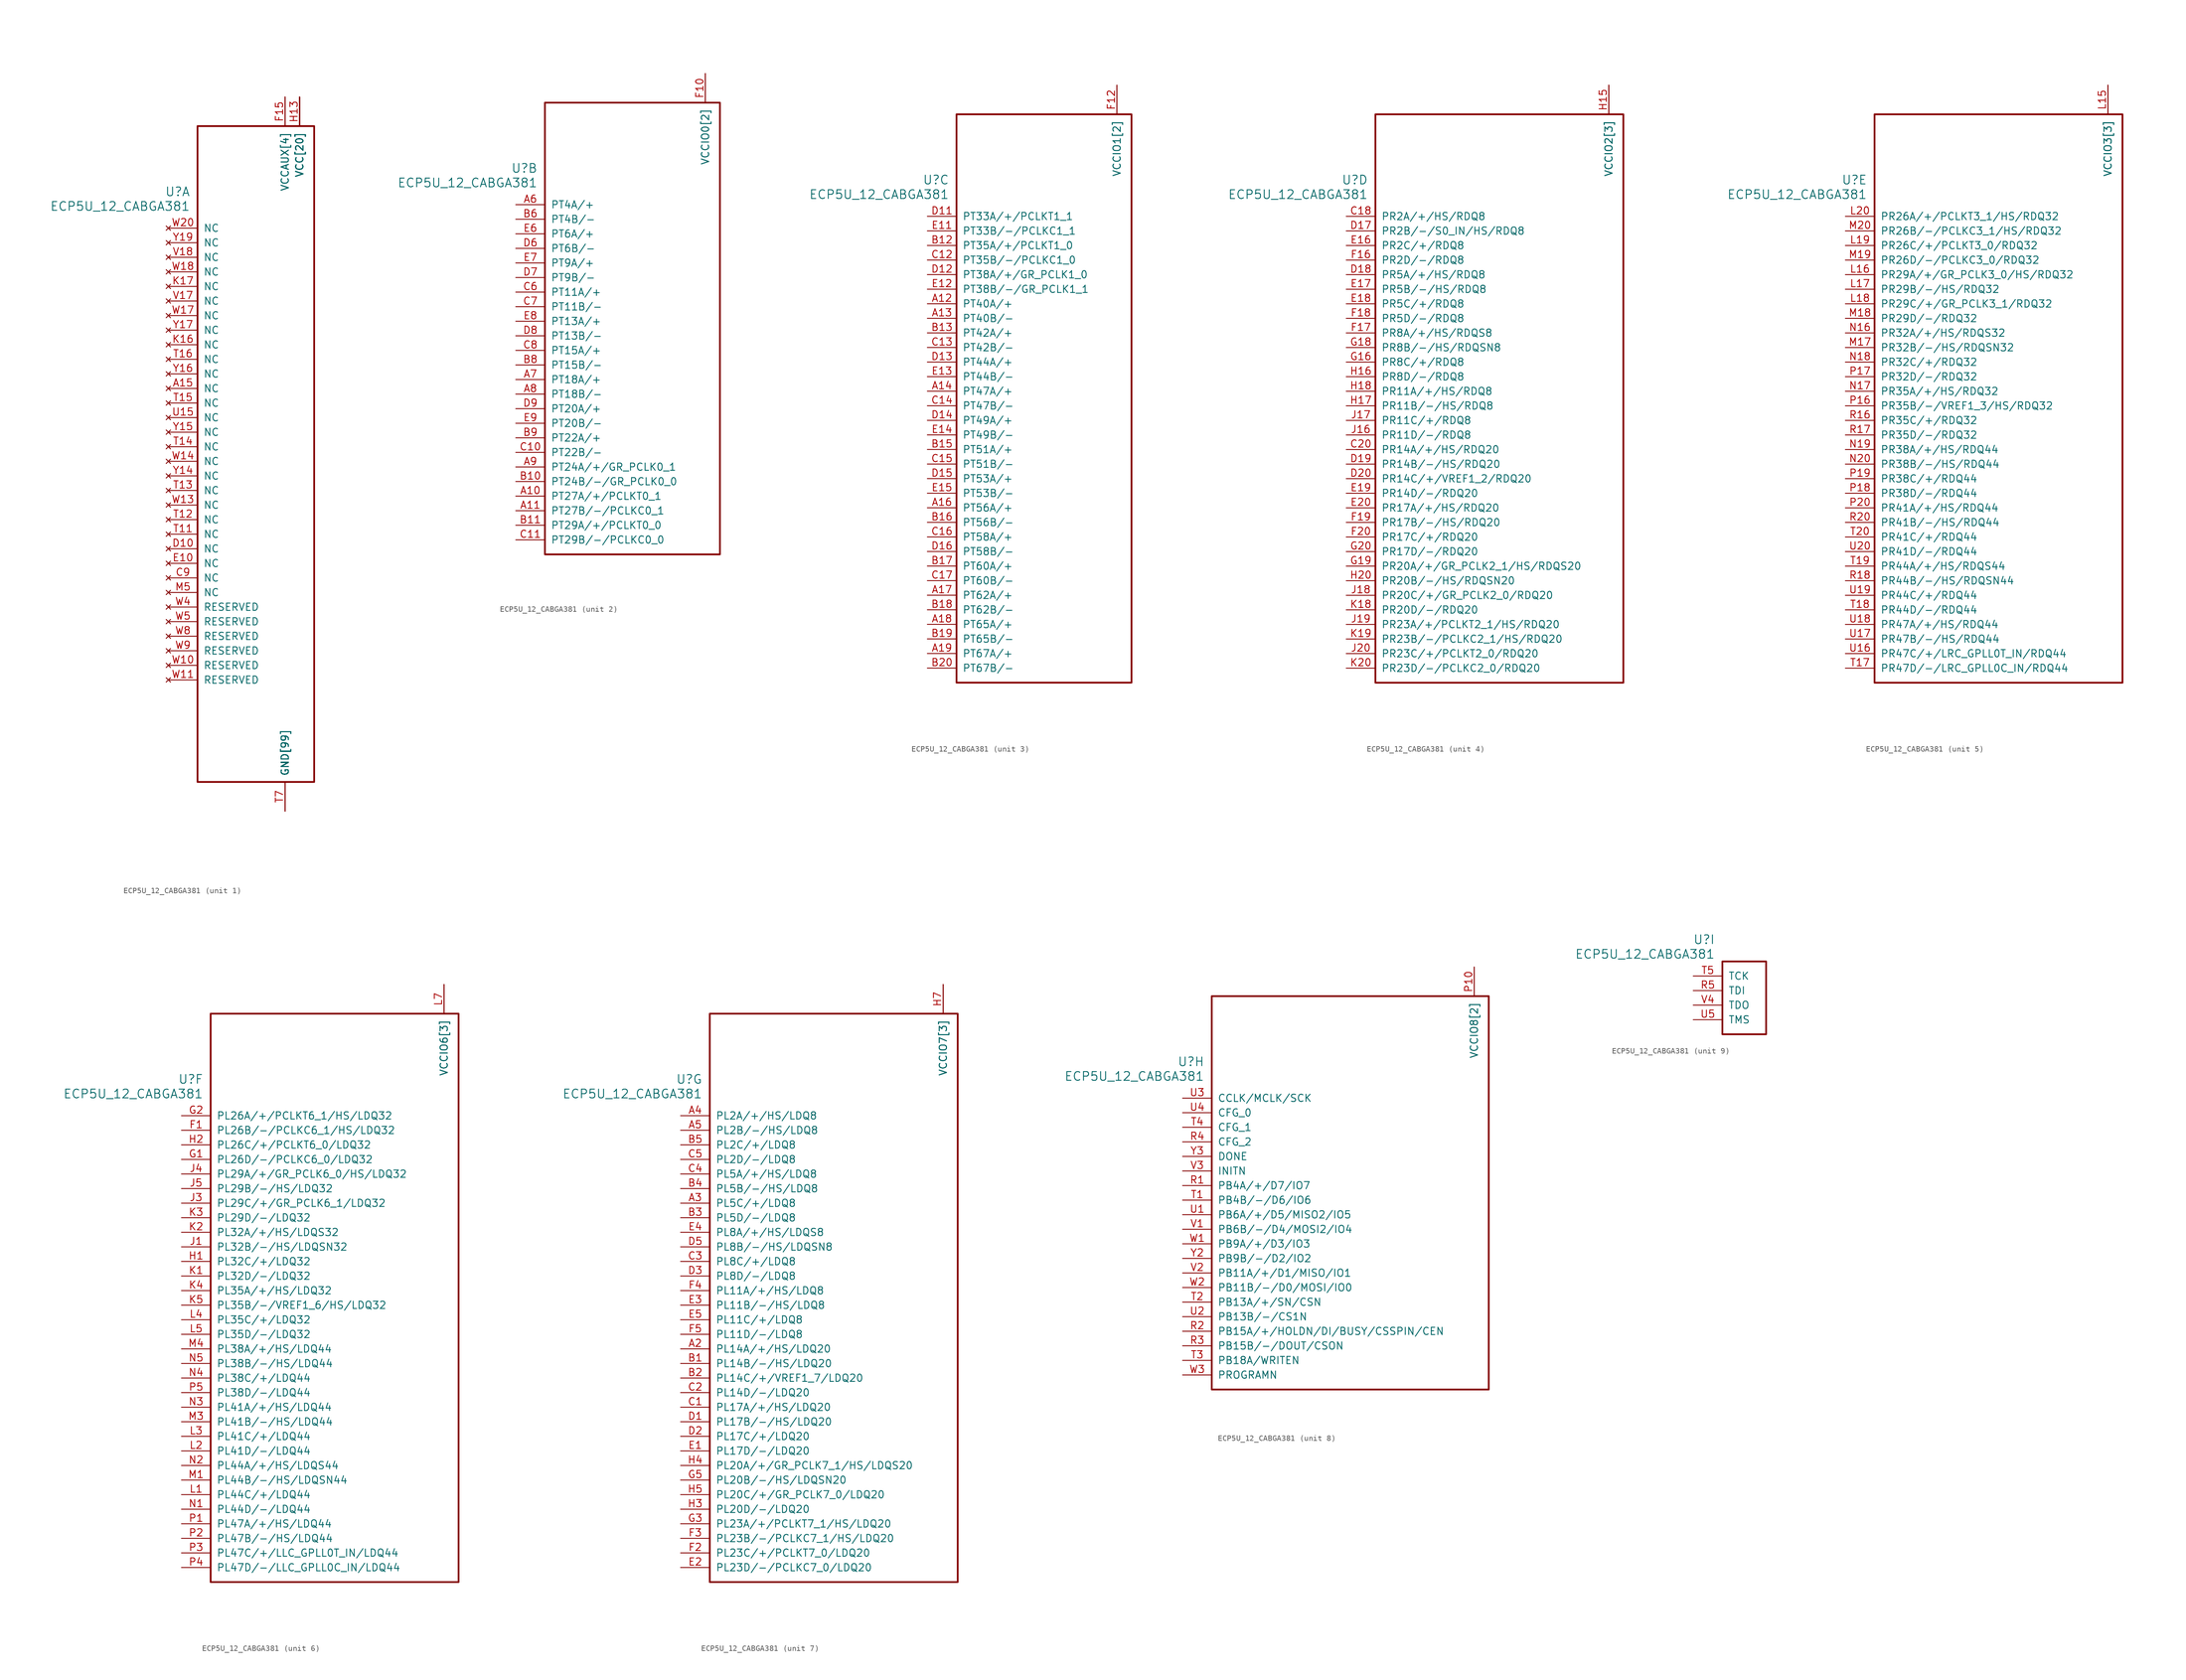
<source format=kicad_sym>
(kicad_symbol_lib
  (version 20241209)
  (generator "kicad_symbol_editor")
  (generator_version "9.0")
  (symbol "ECP5U_12_CABGA381"
    (pin_names
      (offset 1.016))
    (property "Reference" "U"
      (at 3.81 6.35 0)
      (effects (font (size 1.524 1.524)) (justify right)))
    (property "Value" "ECP5U_12_CABGA381"
      (at 3.81 3.81 0)
      (effects (font (size 1.524 1.524)) (justify right)))
    (property "ki_locked" ""
      (at 0 0 0)
      (effects (font (size 1.27 1.27))))
    (symbol "ECP5U_12_CABGA381_1_1"
      (rectangle (start 5.08 17.78) (end 25.4 -96.52) (stroke (width 0.305) (type solid)) (fill (type none)))
      (pin no_connect line (at 0 0 0) (length 5.08) (name "NC" (effects (font (size 1.27 1.27)))) (number "W20" (effects (font (size 1.27 1.27)))))
      (pin no_connect line (at 0 -2.54 0) (length 5.08) (name "NC" (effects (font (size 1.27 1.27)))) (number "Y19" (effects (font (size 1.27 1.27)))))
      (pin no_connect line (at 0 -5.08 0) (length 5.08) (name "NC" (effects (font (size 1.27 1.27)))) (number "V18" (effects (font (size 1.27 1.27)))))
      (pin no_connect line (at 0 -7.62 0) (length 5.08) (name "NC" (effects (font (size 1.27 1.27)))) (number "W18" (effects (font (size 1.27 1.27)))))
      (pin no_connect line (at 0 -10.16 0) (length 5.08) (name "NC" (effects (font (size 1.27 1.27)))) (number "K17" (effects (font (size 1.27 1.27)))))
      (pin no_connect line (at 0 -12.7 0) (length 5.08) (name "NC" (effects (font (size 1.27 1.27)))) (number "V17" (effects (font (size 1.27 1.27)))))
      (pin no_connect line (at 0 -15.24 0) (length 5.08) (name "NC" (effects (font (size 1.27 1.27)))) (number "W17" (effects (font (size 1.27 1.27)))))
      (pin no_connect line (at 0 -17.78 0) (length 5.08) (name "NC" (effects (font (size 1.27 1.27)))) (number "Y17" (effects (font (size 1.27 1.27)))))
      (pin no_connect line (at 0 -20.32 0) (length 5.08) (name "NC" (effects (font (size 1.27 1.27)))) (number "K16" (effects (font (size 1.27 1.27)))))
      (pin no_connect line (at 0 -22.86 0) (length 5.08) (name "NC" (effects (font (size 1.27 1.27)))) (number "T16" (effects (font (size 1.27 1.27)))))
      (pin no_connect line (at 0 -25.4 0) (length 5.08) (name "NC" (effects (font (size 1.27 1.27)))) (number "Y16" (effects (font (size 1.27 1.27)))))
      (pin no_connect line (at 0 -27.94 0) (length 5.08) (name "NC" (effects (font (size 1.27 1.27)))) (number "A15" (effects (font (size 1.27 1.27)))))
      (pin no_connect line (at 0 -30.48 0) (length 5.08) (name "NC" (effects (font (size 1.27 1.27)))) (number "T15" (effects (font (size 1.27 1.27)))))
      (pin no_connect line (at 0 -33.02 0) (length 5.08) (name "NC" (effects (font (size 1.27 1.27)))) (number "U15" (effects (font (size 1.27 1.27)))))
      (pin no_connect line (at 0 -35.56 0) (length 5.08) (name "NC" (effects (font (size 1.27 1.27)))) (number "Y15" (effects (font (size 1.27 1.27)))))
      (pin no_connect line (at 0 -38.1 0) (length 5.08) (name "NC" (effects (font (size 1.27 1.27)))) (number "T14" (effects (font (size 1.27 1.27)))))
      (pin no_connect line (at 0 -40.64 0) (length 5.08) (name "NC" (effects (font (size 1.27 1.27)))) (number "W14" (effects (font (size 1.27 1.27)))))
      (pin no_connect line (at 0 -43.18 0) (length 5.08) (name "NC" (effects (font (size 1.27 1.27)))) (number "Y14" (effects (font (size 1.27 1.27)))))
      (pin no_connect line (at 0 -45.72 0) (length 5.08) (name "NC" (effects (font (size 1.27 1.27)))) (number "T13" (effects (font (size 1.27 1.27)))))
      (pin no_connect line (at 0 -48.26 0) (length 5.08) (name "NC" (effects (font (size 1.27 1.27)))) (number "W13" (effects (font (size 1.27 1.27)))))
      (pin no_connect line (at 0 -50.8 0) (length 5.08) (name "NC" (effects (font (size 1.27 1.27)))) (number "T12" (effects (font (size 1.27 1.27)))))
      (pin no_connect line (at 0 -53.34 0) (length 5.08) (name "NC" (effects (font (size 1.27 1.27)))) (number "T11" (effects (font (size 1.27 1.27)))))
      (pin no_connect line (at 0 -55.88 0) (length 5.08) (name "NC" (effects (font (size 1.27 1.27)))) (number "D10" (effects (font (size 1.27 1.27)))))
      (pin no_connect line (at 0 -58.42 0) (length 5.08) (name "NC" (effects (font (size 1.27 1.27)))) (number "E10" (effects (font (size 1.27 1.27)))))
      (pin no_connect line (at 0 -60.96 0) (length 5.08) (name "NC" (effects (font (size 1.27 1.27)))) (number "C9" (effects (font (size 1.27 1.27)))))
      (pin no_connect line (at 0 -63.5 0) (length 5.08) (name "NC" (effects (font (size 1.27 1.27)))) (number "M5" (effects (font (size 1.27 1.27)))))
      (pin no_connect line (at 0 -66.04 0) (length 5.08) (name "RESERVED" (effects (font (size 1.27 1.27)))) (number "W4" (effects (font (size 1.27 1.27)))))
      (pin no_connect line (at 0 -68.58 0) (length 5.08) (name "RESERVED" (effects (font (size 1.27 1.27)))) (number "W5" (effects (font (size 1.27 1.27)))))
      (pin no_connect line (at 0 -71.12 0) (length 5.08) (name "RESERVED" (effects (font (size 1.27 1.27)))) (number "W8" (effects (font (size 1.27 1.27)))))
      (pin no_connect line (at 0 -73.66 0) (length 5.08) (name "RESERVED" (effects (font (size 1.27 1.27)))) (number "W9" (effects (font (size 1.27 1.27)))))
      (pin no_connect line (at 0 -76.2 0) (length 5.08) (name "RESERVED" (effects (font (size 1.27 1.27)))) (number "W10" (effects (font (size 1.27 1.27)))))
      (pin no_connect line (at 0 -78.74 0) (length 5.08) (name "RESERVED" (effects (font (size 1.27 1.27)))) (number "W11" (effects (font (size 1.27 1.27)))))
      (pin power_in line (at 20.32 22.86 270) (length 5.08) (name "VCCAUX[4]" (effects (font (size 1.27 1.27)))) (number "F15" (effects (font (size 1.27 1.27)))))
      (pin power_in line (at 20.32 22.86 270) (length 5.08) (name "VCCAUX[4]" (effects (font (size 1.27 1.27)))) (number "F6" (effects (font (size 0 0)))))
      (pin power_in line (at 20.32 22.86 270) (length 5.08) (name "VCCAUX[4]" (effects (font (size 1.27 1.27)))) (number "P15" (effects (font (size 0 0)))))
      (pin power_in line (at 20.32 22.86 270) (length 5.08) (name "VCCAUX[4]" (effects (font (size 1.27 1.27)))) (number "P6" (effects (font (size 0 0)))))
      (pin power_in line (at 20.32 -101.6 90) (length 5.08) (name "GND[99]" (effects (font (size 1.27 1.27)))) (number "B14" (effects (font (size 0 0)))))
      (pin power_in line (at 20.32 -101.6 90) (length 5.08) (name "GND[99]" (effects (font (size 1.27 1.27)))) (number "B7" (effects (font (size 0 0)))))
      (pin power_in line (at 20.32 -101.6 90) (length 5.08) (name "GND[99]" (effects (font (size 1.27 1.27)))) (number "C19" (effects (font (size 0 0)))))
      (pin power_in line (at 20.32 -101.6 90) (length 5.08) (name "GND[99]" (effects (font (size 1.27 1.27)))) (number "D4" (effects (font (size 0 0)))))
      (pin power_in line (at 20.32 -101.6 90) (length 5.08) (name "GND[99]" (effects (font (size 1.27 1.27)))) (number "F13" (effects (font (size 0 0)))))
      (pin power_in line (at 20.32 -101.6 90) (length 5.08) (name "GND[99]" (effects (font (size 1.27 1.27)))) (number "F14" (effects (font (size 0 0)))))
      (pin power_in line (at 20.32 -101.6 90) (length 5.08) (name "GND[99]" (effects (font (size 1.27 1.27)))) (number "F7" (effects (font (size 0 0)))))
      (pin power_in line (at 20.32 -101.6 90) (length 5.08) (name "GND[99]" (effects (font (size 1.27 1.27)))) (number "F8" (effects (font (size 0 0)))))
      (pin power_in line (at 20.32 -101.6 90) (length 5.08) (name "GND[99]" (effects (font (size 1.27 1.27)))) (number "G10" (effects (font (size 0 0)))))
      (pin power_in line (at 20.32 -101.6 90) (length 5.08) (name "GND[99]" (effects (font (size 1.27 1.27)))) (number "G11" (effects (font (size 0 0)))))
      (pin power_in line (at 20.32 -101.6 90) (length 5.08) (name "GND[99]" (effects (font (size 1.27 1.27)))) (number "G12" (effects (font (size 0 0)))))
      (pin power_in line (at 20.32 -101.6 90) (length 5.08) (name "GND[99]" (effects (font (size 1.27 1.27)))) (number "G13" (effects (font (size 0 0)))))
      (pin power_in line (at 20.32 -101.6 90) (length 5.08) (name "GND[99]" (effects (font (size 1.27 1.27)))) (number "G14" (effects (font (size 0 0)))))
      (pin power_in line (at 20.32 -101.6 90) (length 5.08) (name "GND[99]" (effects (font (size 1.27 1.27)))) (number "G15" (effects (font (size 0 0)))))
      (pin power_in line (at 20.32 -101.6 90) (length 5.08) (name "GND[99]" (effects (font (size 1.27 1.27)))) (number "G17" (effects (font (size 0 0)))))
      (pin power_in line (at 20.32 -101.6 90) (length 5.08) (name "GND[99]" (effects (font (size 1.27 1.27)))) (number "G4" (effects (font (size 0 0)))))
      (pin power_in line (at 20.32 -101.6 90) (length 5.08) (name "GND[99]" (effects (font (size 1.27 1.27)))) (number "G6" (effects (font (size 0 0)))))
      (pin power_in line (at 20.32 -101.6 90) (length 5.08) (name "GND[99]" (effects (font (size 1.27 1.27)))) (number "G7" (effects (font (size 0 0)))))
      (pin power_in line (at 20.32 -101.6 90) (length 5.08) (name "GND[99]" (effects (font (size 1.27 1.27)))) (number "G8" (effects (font (size 0 0)))))
      (pin power_in line (at 20.32 -101.6 90) (length 5.08) (name "GND[99]" (effects (font (size 1.27 1.27)))) (number "G9" (effects (font (size 0 0)))))
      (pin power_in line (at 20.32 -101.6 90) (length 5.08) (name "GND[99]" (effects (font (size 1.27 1.27)))) (number "H19" (effects (font (size 0 0)))))
      (pin power_in line (at 20.32 -101.6 90) (length 5.08) (name "GND[99]" (effects (font (size 1.27 1.27)))) (number "J10" (effects (font (size 0 0)))))
      (pin power_in line (at 20.32 -101.6 90) (length 5.08) (name "GND[99]" (effects (font (size 1.27 1.27)))) (number "J11" (effects (font (size 0 0)))))
      (pin power_in line (at 20.32 -101.6 90) (length 5.08) (name "GND[99]" (effects (font (size 1.27 1.27)))) (number "J12" (effects (font (size 0 0)))))
      (pin power_in line (at 20.32 -101.6 90) (length 5.08) (name "GND[99]" (effects (font (size 1.27 1.27)))) (number "J14" (effects (font (size 0 0)))))
      (pin power_in line (at 20.32 -101.6 90) (length 5.08) (name "GND[99]" (effects (font (size 1.27 1.27)))) (number "J2" (effects (font (size 0 0)))))
      (pin power_in line (at 20.32 -101.6 90) (length 5.08) (name "GND[99]" (effects (font (size 1.27 1.27)))) (number "J7" (effects (font (size 0 0)))))
      (pin power_in line (at 20.32 -101.6 90) (length 5.08) (name "GND[99]" (effects (font (size 1.27 1.27)))) (number "J9" (effects (font (size 0 0)))))
      (pin power_in line (at 20.32 -101.6 90) (length 5.08) (name "GND[99]" (effects (font (size 1.27 1.27)))) (number "K10" (effects (font (size 0 0)))))
      (pin power_in line (at 20.32 -101.6 90) (length 5.08) (name "GND[99]" (effects (font (size 1.27 1.27)))) (number "K11" (effects (font (size 0 0)))))
      (pin power_in line (at 20.32 -101.6 90) (length 5.08) (name "GND[99]" (effects (font (size 1.27 1.27)))) (number "K12" (effects (font (size 0 0)))))
      (pin power_in line (at 20.32 -101.6 90) (length 5.08) (name "GND[99]" (effects (font (size 1.27 1.27)))) (number "K14" (effects (font (size 0 0)))))
      (pin power_in line (at 20.32 -101.6 90) (length 5.08) (name "GND[99]" (effects (font (size 1.27 1.27)))) (number "K15" (effects (font (size 0 0)))))
      (pin power_in line (at 20.32 -101.6 90) (length 5.08) (name "GND[99]" (effects (font (size 1.27 1.27)))) (number "K6" (effects (font (size 0 0)))))
      (pin power_in line (at 20.32 -101.6 90) (length 5.08) (name "GND[99]" (effects (font (size 1.27 1.27)))) (number "K7" (effects (font (size 0 0)))))
      (pin power_in line (at 20.32 -101.6 90) (length 5.08) (name "GND[99]" (effects (font (size 1.27 1.27)))) (number "K9" (effects (font (size 0 0)))))
      (pin power_in line (at 20.32 -101.6 90) (length 5.08) (name "GND[99]" (effects (font (size 1.27 1.27)))) (number "L10" (effects (font (size 0 0)))))
      (pin power_in line (at 20.32 -101.6 90) (length 5.08) (name "GND[99]" (effects (font (size 1.27 1.27)))) (number "L11" (effects (font (size 0 0)))))
      (pin power_in line (at 20.32 -101.6 90) (length 5.08) (name "GND[99]" (effects (font (size 1.27 1.27)))) (number "L12" (effects (font (size 0 0)))))
      (pin power_in line (at 20.32 -101.6 90) (length 5.08) (name "GND[99]" (effects (font (size 1.27 1.27)))) (number "L9" (effects (font (size 0 0)))))
      (pin power_in line (at 20.32 -101.6 90) (length 5.08) (name "GND[99]" (effects (font (size 1.27 1.27)))) (number "M10" (effects (font (size 0 0)))))
      (pin power_in line (at 20.32 -101.6 90) (length 5.08) (name "GND[99]" (effects (font (size 1.27 1.27)))) (number "M11" (effects (font (size 0 0)))))
      (pin power_in line (at 20.32 -101.6 90) (length 5.08) (name "GND[99]" (effects (font (size 1.27 1.27)))) (number "M12" (effects (font (size 0 0)))))
      (pin power_in line (at 20.32 -101.6 90) (length 5.08) (name "GND[99]" (effects (font (size 1.27 1.27)))) (number "M14" (effects (font (size 0 0)))))
      (pin power_in line (at 20.32 -101.6 90) (length 5.08) (name "GND[99]" (effects (font (size 1.27 1.27)))) (number "M16" (effects (font (size 0 0)))))
      (pin power_in line (at 20.32 -101.6 90) (length 5.08) (name "GND[99]" (effects (font (size 1.27 1.27)))) (number "M2" (effects (font (size 0 0)))))
      (pin power_in line (at 20.32 -101.6 90) (length 5.08) (name "GND[99]" (effects (font (size 1.27 1.27)))) (number "M7" (effects (font (size 0 0)))))
      (pin power_in line (at 20.32 -101.6 90) (length 5.08) (name "GND[99]" (effects (font (size 1.27 1.27)))) (number "M9" (effects (font (size 0 0)))))
      (pin power_in line (at 20.32 -101.6 90) (length 5.08) (name "GND[99]" (effects (font (size 1.27 1.27)))) (number "N14" (effects (font (size 0 0)))))
      (pin power_in line (at 20.32 -101.6 90) (length 5.08) (name "GND[99]" (effects (font (size 1.27 1.27)))) (number "N15" (effects (font (size 0 0)))))
      (pin power_in line (at 20.32 -101.6 90) (length 5.08) (name "GND[99]" (effects (font (size 1.27 1.27)))) (number "N6" (effects (font (size 0 0)))))
      (pin power_in line (at 20.32 -101.6 90) (length 5.08) (name "GND[99]" (effects (font (size 1.27 1.27)))) (number "N7" (effects (font (size 0 0)))))
      (pin power_in line (at 20.32 -101.6 90) (length 5.08) (name "GND[99]" (effects (font (size 1.27 1.27)))) (number "P11" (effects (font (size 0 0)))))
      (pin power_in line (at 20.32 -101.6 90) (length 5.08) (name "GND[99]" (effects (font (size 1.27 1.27)))) (number "P12" (effects (font (size 0 0)))))
      (pin power_in line (at 20.32 -101.6 90) (length 5.08) (name "GND[99]" (effects (font (size 1.27 1.27)))) (number "P13" (effects (font (size 0 0)))))
      (pin power_in line (at 20.32 -101.6 90) (length 5.08) (name "GND[99]" (effects (font (size 1.27 1.27)))) (number "P14" (effects (font (size 0 0)))))
      (pin power_in line (at 20.32 -101.6 90) (length 5.08) (name "GND[99]" (effects (font (size 1.27 1.27)))) (number "P7" (effects (font (size 0 0)))))
      (pin power_in line (at 20.32 -101.6 90) (length 5.08) (name "GND[99]" (effects (font (size 1.27 1.27)))) (number "P8" (effects (font (size 0 0)))))
      (pin power_in line (at 20.32 -101.6 90) (length 5.08) (name "GND[99]" (effects (font (size 1.27 1.27)))) (number "R19" (effects (font (size 0 0)))))
      (pin power_in line (at 20.32 -101.6 90) (length 5.08) (name "GND[99]" (effects (font (size 1.27 1.27)))) (number "T10" (effects (font (size 0 0)))))
      (pin power_in line (at 20.32 -101.6 90) (length 5.08) (name "GND[99]" (effects (font (size 1.27 1.27)))) (number "T6" (effects (font (size 0 0)))))
      (pin power_in line (at 20.32 -101.6 90) (length 5.08) (name "GND[99]" (effects (font (size 1.27 1.27)))) (number "T7" (effects (font (size 1.27 1.27)))))
      (pin power_in line (at 20.32 -101.6 90) (length 5.08) (name "GND[99]" (effects (font (size 1.27 1.27)))) (number "T8" (effects (font (size 0 0)))))
      (pin power_in line (at 20.32 -101.6 90) (length 5.08) (name "GND[99]" (effects (font (size 1.27 1.27)))) (number "T9" (effects (font (size 0 0)))))
      (pin power_in line (at 20.32 -101.6 90) (length 5.08) (name "GND[99]" (effects (font (size 1.27 1.27)))) (number "U10" (effects (font (size 0 0)))))
      (pin power_in line (at 20.32 -101.6 90) (length 5.08) (name "GND[99]" (effects (font (size 1.27 1.27)))) (number "U11" (effects (font (size 0 0)))))
      (pin power_in line (at 20.32 -101.6 90) (length 5.08) (name "GND[99]" (effects (font (size 1.27 1.27)))) (number "U12" (effects (font (size 0 0)))))
      (pin power_in line (at 20.32 -101.6 90) (length 5.08) (name "GND[99]" (effects (font (size 1.27 1.27)))) (number "U13" (effects (font (size 0 0)))))
      (pin power_in line (at 20.32 -101.6 90) (length 5.08) (name "GND[99]" (effects (font (size 1.27 1.27)))) (number "U14" (effects (font (size 0 0)))))
      (pin power_in line (at 20.32 -101.6 90) (length 5.08) (name "GND[99]" (effects (font (size 1.27 1.27)))) (number "U6" (effects (font (size 0 0)))))
      (pin power_in line (at 20.32 -101.6 90) (length 5.08) (name "GND[99]" (effects (font (size 1.27 1.27)))) (number "U7" (effects (font (size 0 0)))))
      (pin power_in line (at 20.32 -101.6 90) (length 5.08) (name "GND[99]" (effects (font (size 1.27 1.27)))) (number "U8" (effects (font (size 0 0)))))
      (pin power_in line (at 20.32 -101.6 90) (length 5.08) (name "GND[99]" (effects (font (size 1.27 1.27)))) (number "U9" (effects (font (size 0 0)))))
      (pin power_in line (at 20.32 -101.6 90) (length 5.08) (name "GND[99]" (effects (font (size 1.27 1.27)))) (number "V10" (effects (font (size 0 0)))))
      (pin power_in line (at 20.32 -101.6 90) (length 5.08) (name "GND[99]" (effects (font (size 1.27 1.27)))) (number "V11" (effects (font (size 0 0)))))
      (pin power_in line (at 20.32 -101.6 90) (length 5.08) (name "GND[99]" (effects (font (size 1.27 1.27)))) (number "V12" (effects (font (size 0 0)))))
      (pin power_in line (at 20.32 -101.6 90) (length 5.08) (name "GND[99]" (effects (font (size 1.27 1.27)))) (number "V13" (effects (font (size 0 0)))))
      (pin power_in line (at 20.32 -101.6 90) (length 5.08) (name "GND[99]" (effects (font (size 1.27 1.27)))) (number "V14" (effects (font (size 0 0)))))
      (pin power_in line (at 20.32 -101.6 90) (length 5.08) (name "GND[99]" (effects (font (size 1.27 1.27)))) (number "V15" (effects (font (size 0 0)))))
      (pin power_in line (at 20.32 -101.6 90) (length 5.08) (name "GND[99]" (effects (font (size 1.27 1.27)))) (number "V16" (effects (font (size 0 0)))))
      (pin power_in line (at 20.32 -101.6 90) (length 5.08) (name "GND[99]" (effects (font (size 1.27 1.27)))) (number "V19" (effects (font (size 0 0)))))
      (pin power_in line (at 20.32 -101.6 90) (length 5.08) (name "GND[99]" (effects (font (size 1.27 1.27)))) (number "V20" (effects (font (size 0 0)))))
      (pin power_in line (at 20.32 -101.6 90) (length 5.08) (name "GND[99]" (effects (font (size 1.27 1.27)))) (number "V5" (effects (font (size 0 0)))))
      (pin power_in line (at 20.32 -101.6 90) (length 5.08) (name "GND[99]" (effects (font (size 1.27 1.27)))) (number "V6" (effects (font (size 0 0)))))
      (pin power_in line (at 20.32 -101.6 90) (length 5.08) (name "GND[99]" (effects (font (size 1.27 1.27)))) (number "V7" (effects (font (size 0 0)))))
      (pin power_in line (at 20.32 -101.6 90) (length 5.08) (name "GND[99]" (effects (font (size 1.27 1.27)))) (number "V8" (effects (font (size 0 0)))))
      (pin power_in line (at 20.32 -101.6 90) (length 5.08) (name "GND[99]" (effects (font (size 1.27 1.27)))) (number "V9" (effects (font (size 0 0)))))
      (pin power_in line (at 20.32 -101.6 90) (length 5.08) (name "GND[99]" (effects (font (size 1.27 1.27)))) (number "W12" (effects (font (size 0 0)))))
      (pin power_in line (at 20.32 -101.6 90) (length 5.08) (name "GND[99]" (effects (font (size 1.27 1.27)))) (number "W15" (effects (font (size 0 0)))))
      (pin power_in line (at 20.32 -101.6 90) (length 5.08) (name "GND[99]" (effects (font (size 1.27 1.27)))) (number "W16" (effects (font (size 0 0)))))
      (pin power_in line (at 20.32 -101.6 90) (length 5.08) (name "GND[99]" (effects (font (size 1.27 1.27)))) (number "W19" (effects (font (size 0 0)))))
      (pin power_in line (at 20.32 -101.6 90) (length 5.08) (name "GND[99]" (effects (font (size 1.27 1.27)))) (number "W6" (effects (font (size 0 0)))))
      (pin power_in line (at 20.32 -101.6 90) (length 5.08) (name "GND[99]" (effects (font (size 1.27 1.27)))) (number "W7" (effects (font (size 0 0)))))
      (pin power_in line (at 20.32 -101.6 90) (length 5.08) (name "GND[99]" (effects (font (size 1.27 1.27)))) (number "Y11" (effects (font (size 0 0)))))
      (pin power_in line (at 20.32 -101.6 90) (length 5.08) (name "GND[99]" (effects (font (size 1.27 1.27)))) (number "Y12" (effects (font (size 0 0)))))
      (pin power_in line (at 20.32 -101.6 90) (length 5.08) (name "GND[99]" (effects (font (size 1.27 1.27)))) (number "Y5" (effects (font (size 0 0)))))
      (pin power_in line (at 20.32 -101.6 90) (length 5.08) (name "GND[99]" (effects (font (size 1.27 1.27)))) (number "Y6" (effects (font (size 0 0)))))
      (pin power_in line (at 20.32 -101.6 90) (length 5.08) (name "GND[99]" (effects (font (size 1.27 1.27)))) (number "Y7" (effects (font (size 0 0)))))
      (pin power_in line (at 20.32 -101.6 90) (length 5.08) (name "GND[99]" (effects (font (size 1.27 1.27)))) (number "Y8" (effects (font (size 0 0)))))
      (pin power_in line (at 22.86 22.86 270) (length 5.08) (name "VCC[20]" (effects (font (size 1.27 1.27)))) (number "H10" (effects (font (size 0 0)))))
      (pin power_in line (at 22.86 22.86 270) (length 5.08) (name "VCC[20]" (effects (font (size 1.27 1.27)))) (number "H11" (effects (font (size 0 0)))))
      (pin power_in line (at 22.86 22.86 270) (length 5.08) (name "VCC[20]" (effects (font (size 1.27 1.27)))) (number "H12" (effects (font (size 0 0)))))
      (pin power_in line (at 22.86 22.86 270) (length 5.08) (name "VCC[20]" (effects (font (size 1.27 1.27)))) (number "H13" (effects (font (size 1.27 1.27)))))
      (pin power_in line (at 22.86 22.86 270) (length 5.08) (name "VCC[20]" (effects (font (size 1.27 1.27)))) (number "H8" (effects (font (size 0 0)))))
      (pin power_in line (at 22.86 22.86 270) (length 5.08) (name "VCC[20]" (effects (font (size 1.27 1.27)))) (number "H9" (effects (font (size 0 0)))))
      (pin power_in line (at 22.86 22.86 270) (length 5.08) (name "VCC[20]" (effects (font (size 1.27 1.27)))) (number "J13" (effects (font (size 0 0)))))
      (pin power_in line (at 22.86 22.86 270) (length 5.08) (name "VCC[20]" (effects (font (size 1.27 1.27)))) (number "J8" (effects (font (size 0 0)))))
      (pin power_in line (at 22.86 22.86 270) (length 5.08) (name "VCC[20]" (effects (font (size 1.27 1.27)))) (number "K13" (effects (font (size 0 0)))))
      (pin power_in line (at 22.86 22.86 270) (length 5.08) (name "VCC[20]" (effects (font (size 1.27 1.27)))) (number "K8" (effects (font (size 0 0)))))
      (pin power_in line (at 22.86 22.86 270) (length 5.08) (name "VCC[20]" (effects (font (size 1.27 1.27)))) (number "L13" (effects (font (size 0 0)))))
      (pin power_in line (at 22.86 22.86 270) (length 5.08) (name "VCC[20]" (effects (font (size 1.27 1.27)))) (number "L8" (effects (font (size 0 0)))))
      (pin power_in line (at 22.86 22.86 270) (length 5.08) (name "VCC[20]" (effects (font (size 1.27 1.27)))) (number "M13" (effects (font (size 0 0)))))
      (pin power_in line (at 22.86 22.86 270) (length 5.08) (name "VCC[20]" (effects (font (size 1.27 1.27)))) (number "M8" (effects (font (size 0 0)))))
      (pin power_in line (at 22.86 22.86 270) (length 5.08) (name "VCC[20]" (effects (font (size 1.27 1.27)))) (number "N10" (effects (font (size 0 0)))))
      (pin power_in line (at 22.86 22.86 270) (length 5.08) (name "VCC[20]" (effects (font (size 1.27 1.27)))) (number "N11" (effects (font (size 0 0)))))
      (pin power_in line (at 22.86 22.86 270) (length 5.08) (name "VCC[20]" (effects (font (size 1.27 1.27)))) (number "N12" (effects (font (size 0 0)))))
      (pin power_in line (at 22.86 22.86 270) (length 5.08) (name "VCC[20]" (effects (font (size 1.27 1.27)))) (number "N13" (effects (font (size 0 0)))))
      (pin power_in line (at 22.86 22.86 270) (length 5.08) (name "VCC[20]" (effects (font (size 1.27 1.27)))) (number "N8" (effects (font (size 0 0)))))
      (pin power_in line (at 22.86 22.86 270) (length 5.08) (name "VCC[20]" (effects (font (size 1.27 1.27)))) (number "N9" (effects (font (size 0 0))))))
    (symbol "ECP5U_12_CABGA381_2_1"
      (rectangle (start 5.08 17.78) (end 35.56 -60.96) (stroke (width 0.305) (type solid)) (fill (type none)))
      (pin bidirectional line (at 0 0 0) (length 5.08) (name "PT4A/+" (effects (font (size 1.27 1.27)))) (number "A6" (effects (font (size 1.27 1.27)))))
      (pin bidirectional line (at 0 -2.54 0) (length 5.08) (name "PT4B/-" (effects (font (size 1.27 1.27)))) (number "B6" (effects (font (size 1.27 1.27)))))
      (pin bidirectional line (at 0 -5.08 0) (length 5.08) (name "PT6A/+" (effects (font (size 1.27 1.27)))) (number "E6" (effects (font (size 1.27 1.27)))))
      (pin bidirectional line (at 0 -7.62 0) (length 5.08) (name "PT6B/-" (effects (font (size 1.27 1.27)))) (number "D6" (effects (font (size 1.27 1.27)))))
      (pin bidirectional line (at 0 -10.16 0) (length 5.08) (name "PT9A/+" (effects (font (size 1.27 1.27)))) (number "E7" (effects (font (size 1.27 1.27)))))
      (pin bidirectional line (at 0 -12.7 0) (length 5.08) (name "PT9B/-" (effects (font (size 1.27 1.27)))) (number "D7" (effects (font (size 1.27 1.27)))))
      (pin bidirectional line (at 0 -15.24 0) (length 5.08) (name "PT11A/+" (effects (font (size 1.27 1.27)))) (number "C6" (effects (font (size 1.27 1.27)))))
      (pin bidirectional line (at 0 -17.78 0) (length 5.08) (name "PT11B/-" (effects (font (size 1.27 1.27)))) (number "C7" (effects (font (size 1.27 1.27)))))
      (pin bidirectional line (at 0 -20.32 0) (length 5.08) (name "PT13A/+" (effects (font (size 1.27 1.27)))) (number "E8" (effects (font (size 1.27 1.27)))))
      (pin bidirectional line (at 0 -22.86 0) (length 5.08) (name "PT13B/-" (effects (font (size 1.27 1.27)))) (number "D8" (effects (font (size 1.27 1.27)))))
      (pin bidirectional line (at 0 -25.4 0) (length 5.08) (name "PT15A/+" (effects (font (size 1.27 1.27)))) (number "C8" (effects (font (size 1.27 1.27)))))
      (pin bidirectional line (at 0 -27.94 0) (length 5.08) (name "PT15B/-" (effects (font (size 1.27 1.27)))) (number "B8" (effects (font (size 1.27 1.27)))))
      (pin bidirectional line (at 0 -30.48 0) (length 5.08) (name "PT18A/+" (effects (font (size 1.27 1.27)))) (number "A7" (effects (font (size 1.27 1.27)))))
      (pin bidirectional line (at 0 -33.02 0) (length 5.08) (name "PT18B/-" (effects (font (size 1.27 1.27)))) (number "A8" (effects (font (size 1.27 1.27)))))
      (pin bidirectional line (at 0 -35.56 0) (length 5.08) (name "PT20A/+" (effects (font (size 1.27 1.27)))) (number "D9" (effects (font (size 1.27 1.27)))))
      (pin bidirectional line (at 0 -38.1 0) (length 5.08) (name "PT20B/-" (effects (font (size 1.27 1.27)))) (number "E9" (effects (font (size 1.27 1.27)))))
      (pin bidirectional line (at 0 -40.64 0) (length 5.08) (name "PT22A/+" (effects (font (size 1.27 1.27)))) (number "B9" (effects (font (size 1.27 1.27)))))
      (pin bidirectional line (at 0 -43.18 0) (length 5.08) (name "PT22B/-" (effects (font (size 1.27 1.27)))) (number "C10" (effects (font (size 1.27 1.27)))))
      (pin bidirectional line (at 0 -45.72 0) (length 5.08) (name "PT24A/+/GR_PCLK0_1" (effects (font (size 1.27 1.27)))) (number "A9" (effects (font (size 1.27 1.27)))))
      (pin bidirectional line (at 0 -48.26 0) (length 5.08) (name "PT24B/-/GR_PCLK0_0" (effects (font (size 1.27 1.27)))) (number "B10" (effects (font (size 1.27 1.27)))))
      (pin bidirectional line (at 0 -50.8 0) (length 5.08) (name "PT27A/+/PCLKT0_1" (effects (font (size 1.27 1.27)))) (number "A10" (effects (font (size 1.27 1.27)))))
      (pin bidirectional line (at 0 -53.34 0) (length 5.08) (name "PT27B/-/PCLKC0_1" (effects (font (size 1.27 1.27)))) (number "A11" (effects (font (size 1.27 1.27)))))
      (pin bidirectional line (at 0 -55.88 0) (length 5.08) (name "PT29A/+/PCLKT0_0" (effects (font (size 1.27 1.27)))) (number "B11" (effects (font (size 1.27 1.27)))))
      (pin bidirectional line (at 0 -58.42 0) (length 5.08) (name "PT29B/-/PCLKC0_0" (effects (font (size 1.27 1.27)))) (number "C11" (effects (font (size 1.27 1.27)))))
      (pin power_in line (at 33.02 22.86 270) (length 5.08) (name "VCCIO0[2]" (effects (font (size 1.27 1.27)))) (number "F10" (effects (font (size 1.27 1.27)))))
      (pin power_in line (at 33.02 22.86 270) (length 5.08) (name "VCCIO0[2]" (effects (font (size 1.27 1.27)))) (number "F9" (effects (font (size 0 0))))))
    (symbol "ECP5U_12_CABGA381_3_1"
      (rectangle (start 5.08 17.78) (end 35.56 -81.28) (stroke (width 0.305) (type solid)) (fill (type none)))
      (pin bidirectional line (at 0 0 0) (length 5.08) (name "PT33A/+/PCLKT1_1" (effects (font (size 1.27 1.27)))) (number "D11" (effects (font (size 1.27 1.27)))))
      (pin bidirectional line (at 0 -2.54 0) (length 5.08) (name "PT33B/-/PCLKC1_1" (effects (font (size 1.27 1.27)))) (number "E11" (effects (font (size 1.27 1.27)))))
      (pin bidirectional line (at 0 -5.08 0) (length 5.08) (name "PT35A/+/PCLKT1_0" (effects (font (size 1.27 1.27)))) (number "B12" (effects (font (size 1.27 1.27)))))
      (pin bidirectional line (at 0 -7.62 0) (length 5.08) (name "PT35B/-/PCLKC1_0" (effects (font (size 1.27 1.27)))) (number "C12" (effects (font (size 1.27 1.27)))))
      (pin bidirectional line (at 0 -10.16 0) (length 5.08) (name "PT38A/+/GR_PCLK1_0" (effects (font (size 1.27 1.27)))) (number "D12" (effects (font (size 1.27 1.27)))))
      (pin bidirectional line (at 0 -12.7 0) (length 5.08) (name "PT38B/-/GR_PCLK1_1" (effects (font (size 1.27 1.27)))) (number "E12" (effects (font (size 1.27 1.27)))))
      (pin bidirectional line (at 0 -15.24 0) (length 5.08) (name "PT40A/+" (effects (font (size 1.27 1.27)))) (number "A12" (effects (font (size 1.27 1.27)))))
      (pin bidirectional line (at 0 -17.78 0) (length 5.08) (name "PT40B/-" (effects (font (size 1.27 1.27)))) (number "A13" (effects (font (size 1.27 1.27)))))
      (pin bidirectional line (at 0 -20.32 0) (length 5.08) (name "PT42A/+" (effects (font (size 1.27 1.27)))) (number "B13" (effects (font (size 1.27 1.27)))))
      (pin bidirectional line (at 0 -22.86 0) (length 5.08) (name "PT42B/-" (effects (font (size 1.27 1.27)))) (number "C13" (effects (font (size 1.27 1.27)))))
      (pin bidirectional line (at 0 -25.4 0) (length 5.08) (name "PT44A/+" (effects (font (size 1.27 1.27)))) (number "D13" (effects (font (size 1.27 1.27)))))
      (pin bidirectional line (at 0 -27.94 0) (length 5.08) (name "PT44B/-" (effects (font (size 1.27 1.27)))) (number "E13" (effects (font (size 1.27 1.27)))))
      (pin bidirectional line (at 0 -30.48 0) (length 5.08) (name "PT47A/+" (effects (font (size 1.27 1.27)))) (number "A14" (effects (font (size 1.27 1.27)))))
      (pin bidirectional line (at 0 -33.02 0) (length 5.08) (name "PT47B/-" (effects (font (size 1.27 1.27)))) (number "C14" (effects (font (size 1.27 1.27)))))
      (pin bidirectional line (at 0 -35.56 0) (length 5.08) (name "PT49A/+" (effects (font (size 1.27 1.27)))) (number "D14" (effects (font (size 1.27 1.27)))))
      (pin bidirectional line (at 0 -38.1 0) (length 5.08) (name "PT49B/-" (effects (font (size 1.27 1.27)))) (number "E14" (effects (font (size 1.27 1.27)))))
      (pin bidirectional line (at 0 -40.64 0) (length 5.08) (name "PT51A/+" (effects (font (size 1.27 1.27)))) (number "B15" (effects (font (size 1.27 1.27)))))
      (pin bidirectional line (at 0 -43.18 0) (length 5.08) (name "PT51B/-" (effects (font (size 1.27 1.27)))) (number "C15" (effects (font (size 1.27 1.27)))))
      (pin bidirectional line (at 0 -45.72 0) (length 5.08) (name "PT53A/+" (effects (font (size 1.27 1.27)))) (number "D15" (effects (font (size 1.27 1.27)))))
      (pin bidirectional line (at 0 -48.26 0) (length 5.08) (name "PT53B/-" (effects (font (size 1.27 1.27)))) (number "E15" (effects (font (size 1.27 1.27)))))
      (pin bidirectional line (at 0 -50.8 0) (length 5.08) (name "PT56A/+" (effects (font (size 1.27 1.27)))) (number "A16" (effects (font (size 1.27 1.27)))))
      (pin bidirectional line (at 0 -53.34 0) (length 5.08) (name "PT56B/-" (effects (font (size 1.27 1.27)))) (number "B16" (effects (font (size 1.27 1.27)))))
      (pin bidirectional line (at 0 -55.88 0) (length 5.08) (name "PT58A/+" (effects (font (size 1.27 1.27)))) (number "C16" (effects (font (size 1.27 1.27)))))
      (pin bidirectional line (at 0 -58.42 0) (length 5.08) (name "PT58B/-" (effects (font (size 1.27 1.27)))) (number "D16" (effects (font (size 1.27 1.27)))))
      (pin bidirectional line (at 0 -60.96 0) (length 5.08) (name "PT60A/+" (effects (font (size 1.27 1.27)))) (number "B17" (effects (font (size 1.27 1.27)))))
      (pin bidirectional line (at 0 -63.5 0) (length 5.08) (name "PT60B/-" (effects (font (size 1.27 1.27)))) (number "C17" (effects (font (size 1.27 1.27)))))
      (pin bidirectional line (at 0 -66.04 0) (length 5.08) (name "PT62A/+" (effects (font (size 1.27 1.27)))) (number "A17" (effects (font (size 1.27 1.27)))))
      (pin bidirectional line (at 0 -68.58 0) (length 5.08) (name "PT62B/-" (effects (font (size 1.27 1.27)))) (number "B18" (effects (font (size 1.27 1.27)))))
      (pin bidirectional line (at 0 -71.12 0) (length 5.08) (name "PT65A/+" (effects (font (size 1.27 1.27)))) (number "A18" (effects (font (size 1.27 1.27)))))
      (pin bidirectional line (at 0 -73.66 0) (length 5.08) (name "PT65B/-" (effects (font (size 1.27 1.27)))) (number "B19" (effects (font (size 1.27 1.27)))))
      (pin bidirectional line (at 0 -76.2 0) (length 5.08) (name "PT67A/+" (effects (font (size 1.27 1.27)))) (number "A19" (effects (font (size 1.27 1.27)))))
      (pin bidirectional line (at 0 -78.74 0) (length 5.08) (name "PT67B/-" (effects (font (size 1.27 1.27)))) (number "B20" (effects (font (size 1.27 1.27)))))
      (pin power_in line (at 33.02 22.86 270) (length 5.08) (name "VCCIO1[2]" (effects (font (size 1.27 1.27)))) (number "F11" (effects (font (size 0 0)))))
      (pin power_in line (at 33.02 22.86 270) (length 5.08) (name "VCCIO1[2]" (effects (font (size 1.27 1.27)))) (number "F12" (effects (font (size 1.27 1.27))))))
    (symbol "ECP5U_12_CABGA381_4_1"
      (rectangle (start 5.08 17.78) (end 48.26 -81.28) (stroke (width 0.305) (type solid)) (fill (type none)))
      (pin bidirectional line (at 0 0 0) (length 5.08) (name "PR2A/+/HS/RDQ8" (effects (font (size 1.27 1.27)))) (number "C18" (effects (font (size 1.27 1.27)))))
      (pin bidirectional line (at 0 -2.54 0) (length 5.08) (name "PR2B/-/S0_IN/HS/RDQ8" (effects (font (size 1.27 1.27)))) (number "D17" (effects (font (size 1.27 1.27)))))
      (pin bidirectional line (at 0 -5.08 0) (length 5.08) (name "PR2C/+/RDQ8" (effects (font (size 1.27 1.27)))) (number "E16" (effects (font (size 1.27 1.27)))))
      (pin bidirectional line (at 0 -7.62 0) (length 5.08) (name "PR2D/-/RDQ8" (effects (font (size 1.27 1.27)))) (number "F16" (effects (font (size 1.27 1.27)))))
      (pin bidirectional line (at 0 -10.16 0) (length 5.08) (name "PR5A/+/HS/RDQ8" (effects (font (size 1.27 1.27)))) (number "D18" (effects (font (size 1.27 1.27)))))
      (pin bidirectional line (at 0 -12.7 0) (length 5.08) (name "PR5B/-/HS/RDQ8" (effects (font (size 1.27 1.27)))) (number "E17" (effects (font (size 1.27 1.27)))))
      (pin bidirectional line (at 0 -15.24 0) (length 5.08) (name "PR5C/+/RDQ8" (effects (font (size 1.27 1.27)))) (number "E18" (effects (font (size 1.27 1.27)))))
      (pin bidirectional line (at 0 -17.78 0) (length 5.08) (name "PR5D/-/RDQ8" (effects (font (size 1.27 1.27)))) (number "F18" (effects (font (size 1.27 1.27)))))
      (pin bidirectional line (at 0 -20.32 0) (length 5.08) (name "PR8A/+/HS/RDQS8" (effects (font (size 1.27 1.27)))) (number "F17" (effects (font (size 1.27 1.27)))))
      (pin bidirectional line (at 0 -22.86 0) (length 5.08) (name "PR8B/-/HS/RDQSN8" (effects (font (size 1.27 1.27)))) (number "G18" (effects (font (size 1.27 1.27)))))
      (pin bidirectional line (at 0 -25.4 0) (length 5.08) (name "PR8C/+/RDQ8" (effects (font (size 1.27 1.27)))) (number "G16" (effects (font (size 1.27 1.27)))))
      (pin bidirectional line (at 0 -27.94 0) (length 5.08) (name "PR8D/-/RDQ8" (effects (font (size 1.27 1.27)))) (number "H16" (effects (font (size 1.27 1.27)))))
      (pin bidirectional line (at 0 -30.48 0) (length 5.08) (name "PR11A/+/HS/RDQ8" (effects (font (size 1.27 1.27)))) (number "H18" (effects (font (size 1.27 1.27)))))
      (pin bidirectional line (at 0 -33.02 0) (length 5.08) (name "PR11B/-/HS/RDQ8" (effects (font (size 1.27 1.27)))) (number "H17" (effects (font (size 1.27 1.27)))))
      (pin bidirectional line (at 0 -35.56 0) (length 5.08) (name "PR11C/+/RDQ8" (effects (font (size 1.27 1.27)))) (number "J17" (effects (font (size 1.27 1.27)))))
      (pin bidirectional line (at 0 -38.1 0) (length 5.08) (name "PR11D/-/RDQ8" (effects (font (size 1.27 1.27)))) (number "J16" (effects (font (size 1.27 1.27)))))
      (pin bidirectional line (at 0 -40.64 0) (length 5.08) (name "PR14A/+/HS/RDQ20" (effects (font (size 1.27 1.27)))) (number "C20" (effects (font (size 1.27 1.27)))))
      (pin bidirectional line (at 0 -43.18 0) (length 5.08) (name "PR14B/-/HS/RDQ20" (effects (font (size 1.27 1.27)))) (number "D19" (effects (font (size 1.27 1.27)))))
      (pin bidirectional line (at 0 -45.72 0) (length 5.08) (name "PR14C/+/VREF1_2/RDQ20" (effects (font (size 1.27 1.27)))) (number "D20" (effects (font (size 1.27 1.27)))))
      (pin bidirectional line (at 0 -48.26 0) (length 5.08) (name "PR14D/-/RDQ20" (effects (font (size 1.27 1.27)))) (number "E19" (effects (font (size 1.27 1.27)))))
      (pin bidirectional line (at 0 -50.8 0) (length 5.08) (name "PR17A/+/HS/RDQ20" (effects (font (size 1.27 1.27)))) (number "E20" (effects (font (size 1.27 1.27)))))
      (pin bidirectional line (at 0 -53.34 0) (length 5.08) (name "PR17B/-/HS/RDQ20" (effects (font (size 1.27 1.27)))) (number "F19" (effects (font (size 1.27 1.27)))))
      (pin bidirectional line (at 0 -55.88 0) (length 5.08) (name "PR17C/+/RDQ20" (effects (font (size 1.27 1.27)))) (number "F20" (effects (font (size 1.27 1.27)))))
      (pin bidirectional line (at 0 -58.42 0) (length 5.08) (name "PR17D/-/RDQ20" (effects (font (size 1.27 1.27)))) (number "G20" (effects (font (size 1.27 1.27)))))
      (pin bidirectional line (at 0 -60.96 0) (length 5.08) (name "PR20A/+/GR_PCLK2_1/HS/RDQS20" (effects (font (size 1.27 1.27)))) (number "G19" (effects (font (size 1.27 1.27)))))
      (pin bidirectional line (at 0 -63.5 0) (length 5.08) (name "PR20B/-/HS/RDQSN20" (effects (font (size 1.27 1.27)))) (number "H20" (effects (font (size 1.27 1.27)))))
      (pin bidirectional line (at 0 -66.04 0) (length 5.08) (name "PR20C/+/GR_PCLK2_0/RDQ20" (effects (font (size 1.27 1.27)))) (number "J18" (effects (font (size 1.27 1.27)))))
      (pin bidirectional line (at 0 -68.58 0) (length 5.08) (name "PR20D/-/RDQ20" (effects (font (size 1.27 1.27)))) (number "K18" (effects (font (size 1.27 1.27)))))
      (pin bidirectional line (at 0 -71.12 0) (length 5.08) (name "PR23A/+/PCLKT2_1/HS/RDQ20" (effects (font (size 1.27 1.27)))) (number "J19" (effects (font (size 1.27 1.27)))))
      (pin bidirectional line (at 0 -73.66 0) (length 5.08) (name "PR23B/-/PCLKC2_1/HS/RDQ20" (effects (font (size 1.27 1.27)))) (number "K19" (effects (font (size 1.27 1.27)))))
      (pin bidirectional line (at 0 -76.2 0) (length 5.08) (name "PR23C/+/PCLKT2_0/RDQ20" (effects (font (size 1.27 1.27)))) (number "J20" (effects (font (size 1.27 1.27)))))
      (pin bidirectional line (at 0 -78.74 0) (length 5.08) (name "PR23D/-/PCLKC2_0/RDQ20" (effects (font (size 1.27 1.27)))) (number "K20" (effects (font (size 1.27 1.27)))))
      (pin power_in line (at 45.72 22.86 270) (length 5.08) (name "VCCIO2[3]" (effects (font (size 1.27 1.27)))) (number "H14" (effects (font (size 0 0)))))
      (pin power_in line (at 45.72 22.86 270) (length 5.08) (name "VCCIO2[3]" (effects (font (size 1.27 1.27)))) (number "H15" (effects (font (size 1.27 1.27)))))
      (pin power_in line (at 45.72 22.86 270) (length 5.08) (name "VCCIO2[3]" (effects (font (size 1.27 1.27)))) (number "J15" (effects (font (size 0 0))))))
    (symbol "ECP5U_12_CABGA381_5_1"
      (rectangle (start 5.08 17.78) (end 48.26 -81.28) (stroke (width 0.305) (type solid)) (fill (type none)))
      (pin bidirectional line (at 0 0 0) (length 5.08) (name "PR26A/+/PCLKT3_1/HS/RDQ32" (effects (font (size 1.27 1.27)))) (number "L20" (effects (font (size 1.27 1.27)))))
      (pin bidirectional line (at 0 -2.54 0) (length 5.08) (name "PR26B/-/PCLKC3_1/HS/RDQ32" (effects (font (size 1.27 1.27)))) (number "M20" (effects (font (size 1.27 1.27)))))
      (pin bidirectional line (at 0 -5.08 0) (length 5.08) (name "PR26C/+/PCLKT3_0/RDQ32" (effects (font (size 1.27 1.27)))) (number "L19" (effects (font (size 1.27 1.27)))))
      (pin bidirectional line (at 0 -7.62 0) (length 5.08) (name "PR26D/-/PCLKC3_0/RDQ32" (effects (font (size 1.27 1.27)))) (number "M19" (effects (font (size 1.27 1.27)))))
      (pin bidirectional line (at 0 -10.16 0) (length 5.08) (name "PR29A/+/GR_PCLK3_0/HS/RDQ32" (effects (font (size 1.27 1.27)))) (number "L16" (effects (font (size 1.27 1.27)))))
      (pin bidirectional line (at 0 -12.7 0) (length 5.08) (name "PR29B/-/HS/RDQ32" (effects (font (size 1.27 1.27)))) (number "L17" (effects (font (size 1.27 1.27)))))
      (pin bidirectional line (at 0 -15.24 0) (length 5.08) (name "PR29C/+/GR_PCLK3_1/RDQ32" (effects (font (size 1.27 1.27)))) (number "L18" (effects (font (size 1.27 1.27)))))
      (pin bidirectional line (at 0 -17.78 0) (length 5.08) (name "PR29D/-/RDQ32" (effects (font (size 1.27 1.27)))) (number "M18" (effects (font (size 1.27 1.27)))))
      (pin bidirectional line (at 0 -20.32 0) (length 5.08) (name "PR32A/+/HS/RDQS32" (effects (font (size 1.27 1.27)))) (number "N16" (effects (font (size 1.27 1.27)))))
      (pin bidirectional line (at 0 -22.86 0) (length 5.08) (name "PR32B/-/HS/RDQSN32" (effects (font (size 1.27 1.27)))) (number "M17" (effects (font (size 1.27 1.27)))))
      (pin bidirectional line (at 0 -25.4 0) (length 5.08) (name "PR32C/+/RDQ32" (effects (font (size 1.27 1.27)))) (number "N18" (effects (font (size 1.27 1.27)))))
      (pin bidirectional line (at 0 -27.94 0) (length 5.08) (name "PR32D/-/RDQ32" (effects (font (size 1.27 1.27)))) (number "P17" (effects (font (size 1.27 1.27)))))
      (pin bidirectional line (at 0 -30.48 0) (length 5.08) (name "PR35A/+/HS/RDQ32" (effects (font (size 1.27 1.27)))) (number "N17" (effects (font (size 1.27 1.27)))))
      (pin bidirectional line (at 0 -33.02 0) (length 5.08) (name "PR35B/-/VREF1_3/HS/RDQ32" (effects (font (size 1.27 1.27)))) (number "P16" (effects (font (size 1.27 1.27)))))
      (pin bidirectional line (at 0 -35.56 0) (length 5.08) (name "PR35C/+/RDQ32" (effects (font (size 1.27 1.27)))) (number "R16" (effects (font (size 1.27 1.27)))))
      (pin bidirectional line (at 0 -38.1 0) (length 5.08) (name "PR35D/-/RDQ32" (effects (font (size 1.27 1.27)))) (number "R17" (effects (font (size 1.27 1.27)))))
      (pin bidirectional line (at 0 -40.64 0) (length 5.08) (name "PR38A/+/HS/RDQ44" (effects (font (size 1.27 1.27)))) (number "N19" (effects (font (size 1.27 1.27)))))
      (pin bidirectional line (at 0 -43.18 0) (length 5.08) (name "PR38B/-/HS/RDQ44" (effects (font (size 1.27 1.27)))) (number "N20" (effects (font (size 1.27 1.27)))))
      (pin bidirectional line (at 0 -45.72 0) (length 5.08) (name "PR38C/+/RDQ44" (effects (font (size 1.27 1.27)))) (number "P19" (effects (font (size 1.27 1.27)))))
      (pin bidirectional line (at 0 -48.26 0) (length 5.08) (name "PR38D/-/RDQ44" (effects (font (size 1.27 1.27)))) (number "P18" (effects (font (size 1.27 1.27)))))
      (pin bidirectional line (at 0 -50.8 0) (length 5.08) (name "PR41A/+/HS/RDQ44" (effects (font (size 1.27 1.27)))) (number "P20" (effects (font (size 1.27 1.27)))))
      (pin bidirectional line (at 0 -53.34 0) (length 5.08) (name "PR41B/-/HS/RDQ44" (effects (font (size 1.27 1.27)))) (number "R20" (effects (font (size 1.27 1.27)))))
      (pin bidirectional line (at 0 -55.88 0) (length 5.08) (name "PR41C/+/RDQ44" (effects (font (size 1.27 1.27)))) (number "T20" (effects (font (size 1.27 1.27)))))
      (pin bidirectional line (at 0 -58.42 0) (length 5.08) (name "PR41D/-/RDQ44" (effects (font (size 1.27 1.27)))) (number "U20" (effects (font (size 1.27 1.27)))))
      (pin bidirectional line (at 0 -60.96 0) (length 5.08) (name "PR44A/+/HS/RDQS44" (effects (font (size 1.27 1.27)))) (number "T19" (effects (font (size 1.27 1.27)))))
      (pin bidirectional line (at 0 -63.5 0) (length 5.08) (name "PR44B/-/HS/RDQSN44" (effects (font (size 1.27 1.27)))) (number "R18" (effects (font (size 1.27 1.27)))))
      (pin bidirectional line (at 0 -66.04 0) (length 5.08) (name "PR44C/+/RDQ44" (effects (font (size 1.27 1.27)))) (number "U19" (effects (font (size 1.27 1.27)))))
      (pin bidirectional line (at 0 -68.58 0) (length 5.08) (name "PR44D/-/RDQ44" (effects (font (size 1.27 1.27)))) (number "T18" (effects (font (size 1.27 1.27)))))
      (pin bidirectional line (at 0 -71.12 0) (length 5.08) (name "PR47A/+/HS/RDQ44" (effects (font (size 1.27 1.27)))) (number "U18" (effects (font (size 1.27 1.27)))))
      (pin bidirectional line (at 0 -73.66 0) (length 5.08) (name "PR47B/-/HS/RDQ44" (effects (font (size 1.27 1.27)))) (number "U17" (effects (font (size 1.27 1.27)))))
      (pin bidirectional line (at 0 -76.2 0) (length 5.08) (name "PR47C/+/LRC_GPLL0T_IN/RDQ44" (effects (font (size 1.27 1.27)))) (number "U16" (effects (font (size 1.27 1.27)))))
      (pin bidirectional line (at 0 -78.74 0) (length 5.08) (name "PR47D/-/LRC_GPLL0C_IN/RDQ44" (effects (font (size 1.27 1.27)))) (number "T17" (effects (font (size 1.27 1.27)))))
      (pin power_in line (at 45.72 22.86 270) (length 5.08) (name "VCCIO3[3]" (effects (font (size 1.27 1.27)))) (number "L14" (effects (font (size 0 0)))))
      (pin power_in line (at 45.72 22.86 270) (length 5.08) (name "VCCIO3[3]" (effects (font (size 1.27 1.27)))) (number "L15" (effects (font (size 1.27 1.27)))))
      (pin power_in line (at 45.72 22.86 270) (length 5.08) (name "VCCIO3[3]" (effects (font (size 1.27 1.27)))) (number "M15" (effects (font (size 0 0))))))
    (symbol "ECP5U_12_CABGA381_6_1"
      (rectangle (start 5.08 17.78) (end 48.26 -81.28) (stroke (width 0.305) (type solid)) (fill (type none)))
      (pin bidirectional line (at 0 0 0) (length 5.08) (name "PL26A/+/PCLKT6_1/HS/LDQ32" (effects (font (size 1.27 1.27)))) (number "G2" (effects (font (size 1.27 1.27)))))
      (pin bidirectional line (at 0 -2.54 0) (length 5.08) (name "PL26B/-/PCLKC6_1/HS/LDQ32" (effects (font (size 1.27 1.27)))) (number "F1" (effects (font (size 1.27 1.27)))))
      (pin bidirectional line (at 0 -5.08 0) (length 5.08) (name "PL26C/+/PCLKT6_0/LDQ32" (effects (font (size 1.27 1.27)))) (number "H2" (effects (font (size 1.27 1.27)))))
      (pin bidirectional line (at 0 -7.62 0) (length 5.08) (name "PL26D/-/PCLKC6_0/LDQ32" (effects (font (size 1.27 1.27)))) (number "G1" (effects (font (size 1.27 1.27)))))
      (pin bidirectional line (at 0 -10.16 0) (length 5.08) (name "PL29A/+/GR_PCLK6_0/HS/LDQ32" (effects (font (size 1.27 1.27)))) (number "J4" (effects (font (size 1.27 1.27)))))
      (pin bidirectional line (at 0 -12.7 0) (length 5.08) (name "PL29B/-/HS/LDQ32" (effects (font (size 1.27 1.27)))) (number "J5" (effects (font (size 1.27 1.27)))))
      (pin bidirectional line (at 0 -15.24 0) (length 5.08) (name "PL29C/+/GR_PCLK6_1/LDQ32" (effects (font (size 1.27 1.27)))) (number "J3" (effects (font (size 1.27 1.27)))))
      (pin bidirectional line (at 0 -17.78 0) (length 5.08) (name "PL29D/-/LDQ32" (effects (font (size 1.27 1.27)))) (number "K3" (effects (font (size 1.27 1.27)))))
      (pin bidirectional line (at 0 -20.32 0) (length 5.08) (name "PL32A/+/HS/LDQS32" (effects (font (size 1.27 1.27)))) (number "K2" (effects (font (size 1.27 1.27)))))
      (pin bidirectional line (at 0 -22.86 0) (length 5.08) (name "PL32B/-/HS/LDQSN32" (effects (font (size 1.27 1.27)))) (number "J1" (effects (font (size 1.27 1.27)))))
      (pin bidirectional line (at 0 -25.4 0) (length 5.08) (name "PL32C/+/LDQ32" (effects (font (size 1.27 1.27)))) (number "H1" (effects (font (size 1.27 1.27)))))
      (pin bidirectional line (at 0 -27.94 0) (length 5.08) (name "PL32D/-/LDQ32" (effects (font (size 1.27 1.27)))) (number "K1" (effects (font (size 1.27 1.27)))))
      (pin bidirectional line (at 0 -30.48 0) (length 5.08) (name "PL35A/+/HS/LDQ32" (effects (font (size 1.27 1.27)))) (number "K4" (effects (font (size 1.27 1.27)))))
      (pin bidirectional line (at 0 -33.02 0) (length 5.08) (name "PL35B/-/VREF1_6/HS/LDQ32" (effects (font (size 1.27 1.27)))) (number "K5" (effects (font (size 1.27 1.27)))))
      (pin bidirectional line (at 0 -35.56 0) (length 5.08) (name "PL35C/+/LDQ32" (effects (font (size 1.27 1.27)))) (number "L4" (effects (font (size 1.27 1.27)))))
      (pin bidirectional line (at 0 -38.1 0) (length 5.08) (name "PL35D/-/LDQ32" (effects (font (size 1.27 1.27)))) (number "L5" (effects (font (size 1.27 1.27)))))
      (pin bidirectional line (at 0 -40.64 0) (length 5.08) (name "PL38A/+/HS/LDQ44" (effects (font (size 1.27 1.27)))) (number "M4" (effects (font (size 1.27 1.27)))))
      (pin bidirectional line (at 0 -43.18 0) (length 5.08) (name "PL38B/-/HS/LDQ44" (effects (font (size 1.27 1.27)))) (number "N5" (effects (font (size 1.27 1.27)))))
      (pin bidirectional line (at 0 -45.72 0) (length 5.08) (name "PL38C/+/LDQ44" (effects (font (size 1.27 1.27)))) (number "N4" (effects (font (size 1.27 1.27)))))
      (pin bidirectional line (at 0 -48.26 0) (length 5.08) (name "PL38D/-/LDQ44" (effects (font (size 1.27 1.27)))) (number "P5" (effects (font (size 1.27 1.27)))))
      (pin bidirectional line (at 0 -50.8 0) (length 5.08) (name "PL41A/+/HS/LDQ44" (effects (font (size 1.27 1.27)))) (number "N3" (effects (font (size 1.27 1.27)))))
      (pin bidirectional line (at 0 -53.34 0) (length 5.08) (name "PL41B/-/HS/LDQ44" (effects (font (size 1.27 1.27)))) (number "M3" (effects (font (size 1.27 1.27)))))
      (pin bidirectional line (at 0 -55.88 0) (length 5.08) (name "PL41C/+/LDQ44" (effects (font (size 1.27 1.27)))) (number "L3" (effects (font (size 1.27 1.27)))))
      (pin bidirectional line (at 0 -58.42 0) (length 5.08) (name "PL41D/-/LDQ44" (effects (font (size 1.27 1.27)))) (number "L2" (effects (font (size 1.27 1.27)))))
      (pin bidirectional line (at 0 -60.96 0) (length 5.08) (name "PL44A/+/HS/LDQS44" (effects (font (size 1.27 1.27)))) (number "N2" (effects (font (size 1.27 1.27)))))
      (pin bidirectional line (at 0 -63.5 0) (length 5.08) (name "PL44B/-/HS/LDQSN44" (effects (font (size 1.27 1.27)))) (number "M1" (effects (font (size 1.27 1.27)))))
      (pin bidirectional line (at 0 -66.04 0) (length 5.08) (name "PL44C/+/LDQ44" (effects (font (size 1.27 1.27)))) (number "L1" (effects (font (size 1.27 1.27)))))
      (pin bidirectional line (at 0 -68.58 0) (length 5.08) (name "PL44D/-/LDQ44" (effects (font (size 1.27 1.27)))) (number "N1" (effects (font (size 1.27 1.27)))))
      (pin bidirectional line (at 0 -71.12 0) (length 5.08) (name "PL47A/+/HS/LDQ44" (effects (font (size 1.27 1.27)))) (number "P1" (effects (font (size 1.27 1.27)))))
      (pin bidirectional line (at 0 -73.66 0) (length 5.08) (name "PL47B/-/HS/LDQ44" (effects (font (size 1.27 1.27)))) (number "P2" (effects (font (size 1.27 1.27)))))
      (pin bidirectional line (at 0 -76.2 0) (length 5.08) (name "PL47C/+/LLC_GPLL0T_IN/LDQ44" (effects (font (size 1.27 1.27)))) (number "P3" (effects (font (size 1.27 1.27)))))
      (pin bidirectional line (at 0 -78.74 0) (length 5.08) (name "PL47D/-/LLC_GPLL0C_IN/LDQ44" (effects (font (size 1.27 1.27)))) (number "P4" (effects (font (size 1.27 1.27)))))
      (pin power_in line (at 45.72 22.86 270) (length 5.08) (name "VCCIO6[3]" (effects (font (size 1.27 1.27)))) (number "L6" (effects (font (size 0 0)))))
      (pin power_in line (at 45.72 22.86 270) (length 5.08) (name "VCCIO6[3]" (effects (font (size 1.27 1.27)))) (number "L7" (effects (font (size 1.27 1.27)))))
      (pin power_in line (at 45.72 22.86 270) (length 5.08) (name "VCCIO6[3]" (effects (font (size 1.27 1.27)))) (number "M6" (effects (font (size 0 0))))))
    (symbol "ECP5U_12_CABGA381_7_1"
      (rectangle (start 5.08 17.78) (end 48.26 -81.28) (stroke (width 0.305) (type solid)) (fill (type none)))
      (pin bidirectional line (at 0 0 0) (length 5.08) (name "PL2A/+/HS/LDQ8" (effects (font (size 1.27 1.27)))) (number "A4" (effects (font (size 1.27 1.27)))))
      (pin bidirectional line (at 0 -2.54 0) (length 5.08) (name "PL2B/-/HS/LDQ8" (effects (font (size 1.27 1.27)))) (number "A5" (effects (font (size 1.27 1.27)))))
      (pin bidirectional line (at 0 -5.08 0) (length 5.08) (name "PL2C/+/LDQ8" (effects (font (size 1.27 1.27)))) (number "B5" (effects (font (size 1.27 1.27)))))
      (pin bidirectional line (at 0 -7.62 0) (length 5.08) (name "PL2D/-/LDQ8" (effects (font (size 1.27 1.27)))) (number "C5" (effects (font (size 1.27 1.27)))))
      (pin bidirectional line (at 0 -10.16 0) (length 5.08) (name "PL5A/+/HS/LDQ8" (effects (font (size 1.27 1.27)))) (number "C4" (effects (font (size 1.27 1.27)))))
      (pin bidirectional line (at 0 -12.7 0) (length 5.08) (name "PL5B/-/HS/LDQ8" (effects (font (size 1.27 1.27)))) (number "B4" (effects (font (size 1.27 1.27)))))
      (pin bidirectional line (at 0 -15.24 0) (length 5.08) (name "PL5C/+/LDQ8" (effects (font (size 1.27 1.27)))) (number "A3" (effects (font (size 1.27 1.27)))))
      (pin bidirectional line (at 0 -17.78 0) (length 5.08) (name "PL5D/-/LDQ8" (effects (font (size 1.27 1.27)))) (number "B3" (effects (font (size 1.27 1.27)))))
      (pin bidirectional line (at 0 -20.32 0) (length 5.08) (name "PL8A/+/HS/LDQS8" (effects (font (size 1.27 1.27)))) (number "E4" (effects (font (size 1.27 1.27)))))
      (pin bidirectional line (at 0 -22.86 0) (length 5.08) (name "PL8B/-/HS/LDQSN8" (effects (font (size 1.27 1.27)))) (number "D5" (effects (font (size 1.27 1.27)))))
      (pin bidirectional line (at 0 -25.4 0) (length 5.08) (name "PL8C/+/LDQ8" (effects (font (size 1.27 1.27)))) (number "C3" (effects (font (size 1.27 1.27)))))
      (pin bidirectional line (at 0 -27.94 0) (length 5.08) (name "PL8D/-/LDQ8" (effects (font (size 1.27 1.27)))) (number "D3" (effects (font (size 1.27 1.27)))))
      (pin bidirectional line (at 0 -30.48 0) (length 5.08) (name "PL11A/+/HS/LDQ8" (effects (font (size 1.27 1.27)))) (number "F4" (effects (font (size 1.27 1.27)))))
      (pin bidirectional line (at 0 -33.02 0) (length 5.08) (name "PL11B/-/HS/LDQ8" (effects (font (size 1.27 1.27)))) (number "E3" (effects (font (size 1.27 1.27)))))
      (pin bidirectional line (at 0 -35.56 0) (length 5.08) (name "PL11C/+/LDQ8" (effects (font (size 1.27 1.27)))) (number "E5" (effects (font (size 1.27 1.27)))))
      (pin bidirectional line (at 0 -38.1 0) (length 5.08) (name "PL11D/-/LDQ8" (effects (font (size 1.27 1.27)))) (number "F5" (effects (font (size 1.27 1.27)))))
      (pin bidirectional line (at 0 -40.64 0) (length 5.08) (name "PL14A/+/HS/LDQ20" (effects (font (size 1.27 1.27)))) (number "A2" (effects (font (size 1.27 1.27)))))
      (pin bidirectional line (at 0 -43.18 0) (length 5.08) (name "PL14B/-/HS/LDQ20" (effects (font (size 1.27 1.27)))) (number "B1" (effects (font (size 1.27 1.27)))))
      (pin bidirectional line (at 0 -45.72 0) (length 5.08) (name "PL14C/+/VREF1_7/LDQ20" (effects (font (size 1.27 1.27)))) (number "B2" (effects (font (size 1.27 1.27)))))
      (pin bidirectional line (at 0 -48.26 0) (length 5.08) (name "PL14D/-/LDQ20" (effects (font (size 1.27 1.27)))) (number "C2" (effects (font (size 1.27 1.27)))))
      (pin bidirectional line (at 0 -50.8 0) (length 5.08) (name "PL17A/+/HS/LDQ20" (effects (font (size 1.27 1.27)))) (number "C1" (effects (font (size 1.27 1.27)))))
      (pin bidirectional line (at 0 -53.34 0) (length 5.08) (name "PL17B/-/HS/LDQ20" (effects (font (size 1.27 1.27)))) (number "D1" (effects (font (size 1.27 1.27)))))
      (pin bidirectional line (at 0 -55.88 0) (length 5.08) (name "PL17C/+/LDQ20" (effects (font (size 1.27 1.27)))) (number "D2" (effects (font (size 1.27 1.27)))))
      (pin bidirectional line (at 0 -58.42 0) (length 5.08) (name "PL17D/-/LDQ20" (effects (font (size 1.27 1.27)))) (number "E1" (effects (font (size 1.27 1.27)))))
      (pin bidirectional line (at 0 -60.96 0) (length 5.08) (name "PL20A/+/GR_PCLK7_1/HS/LDQS20" (effects (font (size 1.27 1.27)))) (number "H4" (effects (font (size 1.27 1.27)))))
      (pin bidirectional line (at 0 -63.5 0) (length 5.08) (name "PL20B/-/HS/LDQSN20" (effects (font (size 1.27 1.27)))) (number "G5" (effects (font (size 1.27 1.27)))))
      (pin bidirectional line (at 0 -66.04 0) (length 5.08) (name "PL20C/+/GR_PCLK7_0/LDQ20" (effects (font (size 1.27 1.27)))) (number "H5" (effects (font (size 1.27 1.27)))))
      (pin bidirectional line (at 0 -68.58 0) (length 5.08) (name "PL20D/-/LDQ20" (effects (font (size 1.27 1.27)))) (number "H3" (effects (font (size 1.27 1.27)))))
      (pin bidirectional line (at 0 -71.12 0) (length 5.08) (name "PL23A/+/PCLKT7_1/HS/LDQ20" (effects (font (size 1.27 1.27)))) (number "G3" (effects (font (size 1.27 1.27)))))
      (pin bidirectional line (at 0 -73.66 0) (length 5.08) (name "PL23B/-/PCLKC7_1/HS/LDQ20" (effects (font (size 1.27 1.27)))) (number "F3" (effects (font (size 1.27 1.27)))))
      (pin bidirectional line (at 0 -76.2 0) (length 5.08) (name "PL23C/+/PCLKT7_0/LDQ20" (effects (font (size 1.27 1.27)))) (number "F2" (effects (font (size 1.27 1.27)))))
      (pin bidirectional line (at 0 -78.74 0) (length 5.08) (name "PL23D/-/PCLKC7_0/LDQ20" (effects (font (size 1.27 1.27)))) (number "E2" (effects (font (size 1.27 1.27)))))
      (pin power_in line (at 45.72 22.86 270) (length 5.08) (name "VCCIO7[3]" (effects (font (size 1.27 1.27)))) (number "H6" (effects (font (size 0 0)))))
      (pin power_in line (at 45.72 22.86 270) (length 5.08) (name "VCCIO7[3]" (effects (font (size 1.27 1.27)))) (number "H7" (effects (font (size 1.27 1.27)))))
      (pin power_in line (at 45.72 22.86 270) (length 5.08) (name "VCCIO7[3]" (effects (font (size 1.27 1.27)))) (number "J6" (effects (font (size 0 0))))))
    (symbol "ECP5U_12_CABGA381_8_1"
      (rectangle (start 5.08 17.78) (end 53.34 -50.8) (stroke (width 0.305) (type solid)) (fill (type none)))
      (pin bidirectional line (at 0 0 0) (length 5.08) (name "CCLK/MCLK/SCK" (effects (font (size 1.27 1.27)))) (number "U3" (effects (font (size 1.27 1.27)))))
      (pin bidirectional line (at 0 -2.54 0) (length 5.08) (name "CFG_0" (effects (font (size 1.27 1.27)))) (number "U4" (effects (font (size 1.27 1.27)))))
      (pin bidirectional line (at 0 -5.08 0) (length 5.08) (name "CFG_1" (effects (font (size 1.27 1.27)))) (number "T4" (effects (font (size 1.27 1.27)))))
      (pin bidirectional line (at 0 -7.62 0) (length 5.08) (name "CFG_2" (effects (font (size 1.27 1.27)))) (number "R4" (effects (font (size 1.27 1.27)))))
      (pin bidirectional line (at 0 -10.16 0) (length 5.08) (name "DONE" (effects (font (size 1.27 1.27)))) (number "Y3" (effects (font (size 1.27 1.27)))))
      (pin bidirectional line (at 0 -12.7 0) (length 5.08) (name "INITN" (effects (font (size 1.27 1.27)))) (number "V3" (effects (font (size 1.27 1.27)))))
      (pin bidirectional line (at 0 -15.24 0) (length 5.08) (name "PB4A/+/D7/IO7" (effects (font (size 1.27 1.27)))) (number "R1" (effects (font (size 1.27 1.27)))))
      (pin bidirectional line (at 0 -17.78 0) (length 5.08) (name "PB4B/-/D6/IO6" (effects (font (size 1.27 1.27)))) (number "T1" (effects (font (size 1.27 1.27)))))
      (pin bidirectional line (at 0 -20.32 0) (length 5.08) (name "PB6A/+/D5/MISO2/IO5" (effects (font (size 1.27 1.27)))) (number "U1" (effects (font (size 1.27 1.27)))))
      (pin bidirectional line (at 0 -22.86 0) (length 5.08) (name "PB6B/-/D4/MOSI2/IO4" (effects (font (size 1.27 1.27)))) (number "V1" (effects (font (size 1.27 1.27)))))
      (pin bidirectional line (at 0 -25.4 0) (length 5.08) (name "PB9A/+/D3/IO3" (effects (font (size 1.27 1.27)))) (number "W1" (effects (font (size 1.27 1.27)))))
      (pin bidirectional line (at 0 -27.94 0) (length 5.08) (name "PB9B/-/D2/IO2" (effects (font (size 1.27 1.27)))) (number "Y2" (effects (font (size 1.27 1.27)))))
      (pin bidirectional line (at 0 -30.48 0) (length 5.08) (name "PB11A/+/D1/MISO/IO1" (effects (font (size 1.27 1.27)))) (number "V2" (effects (font (size 1.27 1.27)))))
      (pin bidirectional line (at 0 -33.02 0) (length 5.08) (name "PB11B/-/D0/MOSI/IO0" (effects (font (size 1.27 1.27)))) (number "W2" (effects (font (size 1.27 1.27)))))
      (pin bidirectional line (at 0 -35.56 0) (length 5.08) (name "PB13A/+/SN/CSN" (effects (font (size 1.27 1.27)))) (number "T2" (effects (font (size 1.27 1.27)))))
      (pin bidirectional line (at 0 -38.1 0) (length 5.08) (name "PB13B/-/CS1N" (effects (font (size 1.27 1.27)))) (number "U2" (effects (font (size 1.27 1.27)))))
      (pin bidirectional line (at 0 -40.64 0) (length 5.08) (name "PB15A/+/HOLDN/DI/BUSY/CSSPIN/CEN" (effects (font (size 1.27 1.27)))) (number "R2" (effects (font (size 1.27 1.27)))))
      (pin bidirectional line (at 0 -43.18 0) (length 5.08) (name "PB15B/-/DOUT/CSON" (effects (font (size 1.27 1.27)))) (number "R3" (effects (font (size 1.27 1.27)))))
      (pin bidirectional line (at 0 -45.72 0) (length 5.08) (name "PB18A/WRITEN" (effects (font (size 1.27 1.27)))) (number "T3" (effects (font (size 1.27 1.27)))))
      (pin bidirectional line (at 0 -48.26 0) (length 5.08) (name "PROGRAMN" (effects (font (size 1.27 1.27)))) (number "W3" (effects (font (size 1.27 1.27)))))
      (pin power_in line (at 50.8 22.86 270) (length 5.08) (name "VCCIO8[2]" (effects (font (size 1.27 1.27)))) (number "P10" (effects (font (size 1.27 1.27)))))
      (pin power_in line (at 50.8 22.86 270) (length 5.08) (name "VCCIO8[2]" (effects (font (size 1.27 1.27)))) (number "P9" (effects (font (size 0 0))))))
    (symbol "ECP5U_12_CABGA381_9_1"
      (rectangle (start 5.08 2.54) (end 12.7 -10.16) (stroke (width 0.305) (type solid)) (fill (type none)))
      (pin bidirectional line (at 0 0 0) (length 5.08) (name "TCK" (effects (font (size 1.27 1.27)))) (number "T5" (effects (font (size 1.27 1.27)))))
      (pin bidirectional line (at 0 -2.54 0) (length 5.08) (name "TDI" (effects (font (size 1.27 1.27)))) (number "R5" (effects (font (size 1.27 1.27)))))
      (pin bidirectional line (at 0 -5.08 0) (length 5.08) (name "TDO" (effects (font (size 1.27 1.27)))) (number "V4" (effects (font (size 1.27 1.27)))))
      (pin bidirectional line (at 0 -7.62 0) (length 5.08) (name "TMS" (effects (font (size 1.27 1.27)))) (number "U5" (effects (font (size 1.27 1.27))))))))
</source>
